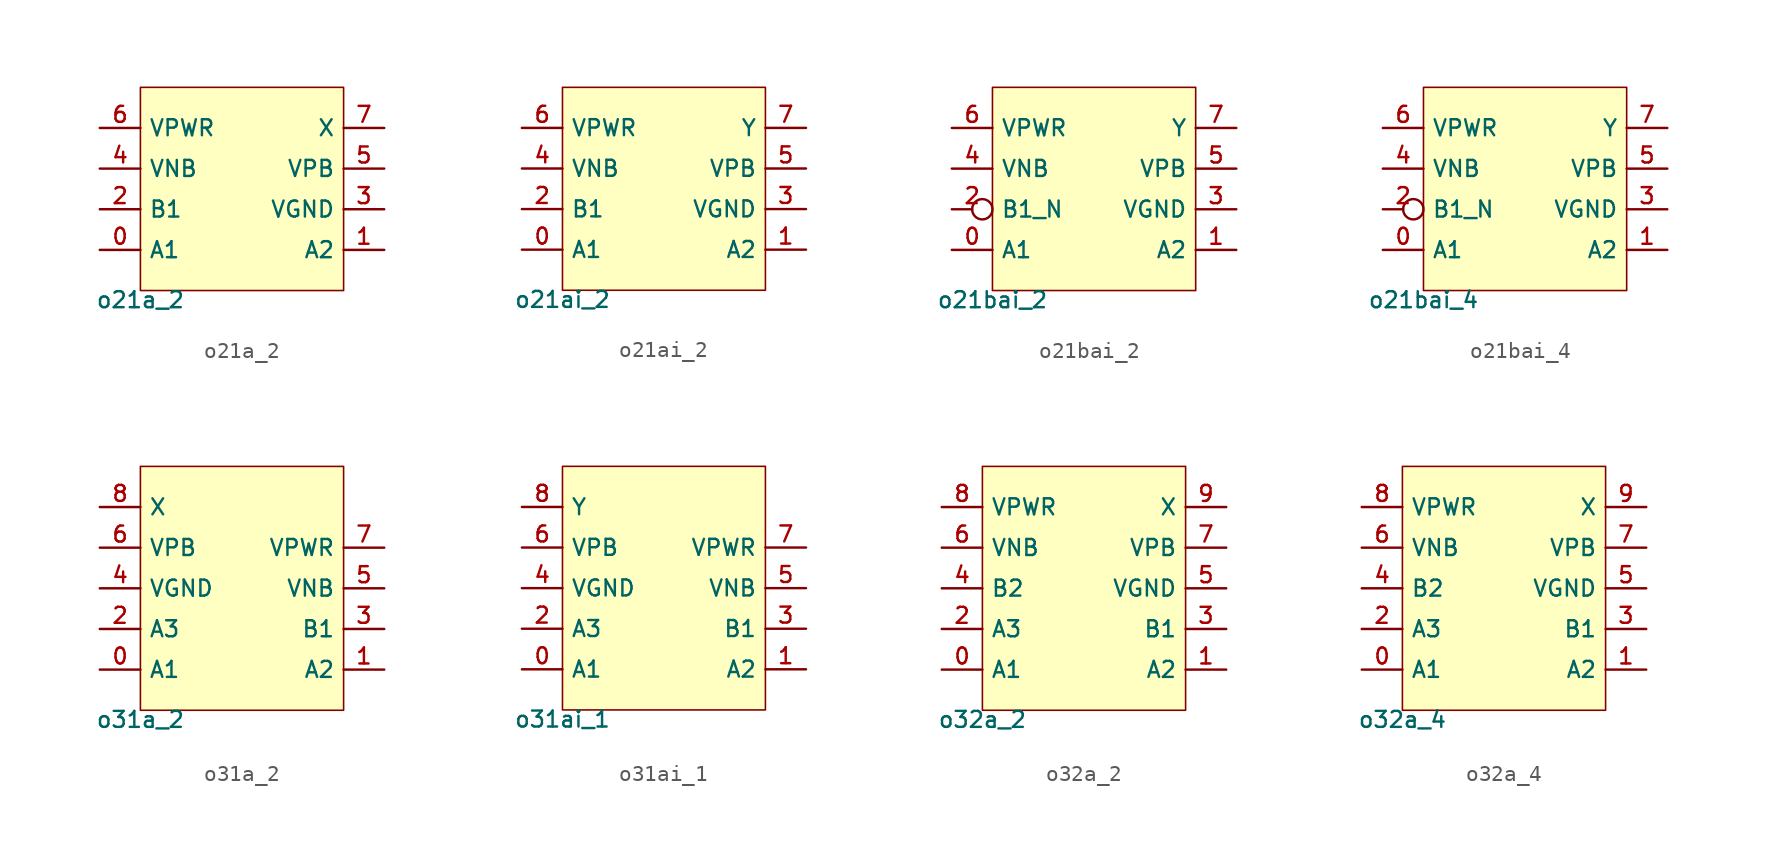
<source format=kicad_sym>
(kicad_symbol_lib
  (version 20211014)
  (generator pdk2kicad)
  (symbol "o21a_2"
    (property "Reference" "X"
      (at 0 0 0)
      (effects (font (size 1 1)) hide))
    (property "Value" "o21a_2"
      (at -6.35 -6.35 0)
      (effects (font (size 1 1)) (justify top)))
    (rectangle
      (start -6.35 -6.35)
      (end 6.35 6.35)
      (stroke (width 0.1) (type solid) (color 0 0 0 0))
      (fill (type background)))
    (pin bidirectional line
      (at -8.89 -3.81 0)
      (length 2.54)
      (name "A1" (effects (font (size 1 1)) hide))
      (number "0" (effects (font (size 1 1)) hide)))
    (pin bidirectional line
      (at 8.89 -3.81 180)
      (length 2.54)
      (name "A2" (effects (font (size 1 1)) hide))
      (number "1" (effects (font (size 1 1)) hide)))
    (pin bidirectional line
      (at -8.89 -1.27 0)
      (length 2.54)
      (name "B1" (effects (font (size 1 1)) hide))
      (number "2" (effects (font (size 1 1)) hide)))
    (pin bidirectional line
      (at 8.89 -1.27 180)
      (length 2.54)
      (name "VGND" (effects (font (size 1 1)) hide))
      (number "3" (effects (font (size 1 1)) hide)))
    (pin bidirectional line
      (at -8.89 1.27 0)
      (length 2.54)
      (name "VNB" (effects (font (size 1 1)) hide))
      (number "4" (effects (font (size 1 1)) hide)))
    (pin bidirectional line
      (at 8.89 1.27 180)
      (length 2.54)
      (name "VPB" (effects (font (size 1 1)) hide))
      (number "5" (effects (font (size 1 1)) hide)))
    (pin bidirectional line
      (at -8.89 3.81 0)
      (length 2.54)
      (name "VPWR" (effects (font (size 1 1)) hide))
      (number "6" (effects (font (size 1 1)) hide)))
    (pin bidirectional line
      (at 8.89 3.81 180)
      (length 2.54)
      (name "X" (effects (font (size 1 1)) hide))
      (number "7" (effects (font (size 1 1)) hide))))
  (symbol "o21ai_2"
    (property "Reference" "X"
      (at 0 0 0)
      (effects (font (size 1 1)) hide))
    (property "Value" "o21ai_2"
      (at -6.35 -6.35 0)
      (effects (font (size 1 1)) (justify top)))
    (rectangle
      (start -6.35 -6.35)
      (end 6.35 6.35)
      (stroke (width 0.1) (type solid) (color 0 0 0 0))
      (fill (type background)))
    (pin bidirectional line
      (at -8.89 -3.81 0)
      (length 2.54)
      (name "A1" (effects (font (size 1 1)) hide))
      (number "0" (effects (font (size 1 1)) hide)))
    (pin bidirectional line
      (at 8.89 -3.81 180)
      (length 2.54)
      (name "A2" (effects (font (size 1 1)) hide))
      (number "1" (effects (font (size 1 1)) hide)))
    (pin bidirectional line
      (at -8.89 -1.27 0)
      (length 2.54)
      (name "B1" (effects (font (size 1 1)) hide))
      (number "2" (effects (font (size 1 1)) hide)))
    (pin bidirectional line
      (at 8.89 -1.27 180)
      (length 2.54)
      (name "VGND" (effects (font (size 1 1)) hide))
      (number "3" (effects (font (size 1 1)) hide)))
    (pin bidirectional line
      (at -8.89 1.27 0)
      (length 2.54)
      (name "VNB" (effects (font (size 1 1)) hide))
      (number "4" (effects (font (size 1 1)) hide)))
    (pin bidirectional line
      (at 8.89 1.27 180)
      (length 2.54)
      (name "VPB" (effects (font (size 1 1)) hide))
      (number "5" (effects (font (size 1 1)) hide)))
    (pin bidirectional line
      (at -8.89 3.81 0)
      (length 2.54)
      (name "VPWR" (effects (font (size 1 1)) hide))
      (number "6" (effects (font (size 1 1)) hide)))
    (pin bidirectional line
      (at 8.89 3.81 180)
      (length 2.54)
      (name "Y" (effects (font (size 1 1)) hide))
      (number "7" (effects (font (size 1 1)) hide))))
  (symbol "o21bai_2"
    (property "Reference" "X"
      (at 0 0 0)
      (effects (font (size 1 1)) hide))
    (property "Value" "o21bai_2"
      (at -6.35 -6.35 0)
      (effects (font (size 1 1)) (justify top)))
    (rectangle
      (start -6.35 -6.35)
      (end 6.35 6.35)
      (stroke (width 0.1) (type solid) (color 0 0 0 0))
      (fill (type background)))
    (pin bidirectional line
      (at -8.89 -3.81 0)
      (length 2.54)
      (name "A1" (effects (font (size 1 1)) hide))
      (number "0" (effects (font (size 1 1)) hide)))
    (pin bidirectional line
      (at 8.89 -3.81 180)
      (length 2.54)
      (name "A2" (effects (font (size 1 1)) hide))
      (number "1" (effects (font (size 1 1)) hide)))
    (pin bidirectional inverted
      (at -8.89 -1.27 0)
      (length 2.54)
      (name "B1_N" (effects (font (size 1 1)) hide))
      (number "2" (effects (font (size 1 1)) hide)))
    (pin bidirectional line
      (at 8.89 -1.27 180)
      (length 2.54)
      (name "VGND" (effects (font (size 1 1)) hide))
      (number "3" (effects (font (size 1 1)) hide)))
    (pin bidirectional line
      (at -8.89 1.27 0)
      (length 2.54)
      (name "VNB" (effects (font (size 1 1)) hide))
      (number "4" (effects (font (size 1 1)) hide)))
    (pin bidirectional line
      (at 8.89 1.27 180)
      (length 2.54)
      (name "VPB" (effects (font (size 1 1)) hide))
      (number "5" (effects (font (size 1 1)) hide)))
    (pin bidirectional line
      (at -8.89 3.81 0)
      (length 2.54)
      (name "VPWR" (effects (font (size 1 1)) hide))
      (number "6" (effects (font (size 1 1)) hide)))
    (pin bidirectional line
      (at 8.89 3.81 180)
      (length 2.54)
      (name "Y" (effects (font (size 1 1)) hide))
      (number "7" (effects (font (size 1 1)) hide))))
  (symbol "o21bai_4"
    (property "Reference" "X"
      (at 0 0 0)
      (effects (font (size 1 1)) hide))
    (property "Value" "o21bai_4"
      (at -6.35 -6.35 0)
      (effects (font (size 1 1)) (justify top)))
    (rectangle
      (start -6.35 -6.35)
      (end 6.35 6.35)
      (stroke (width 0.1) (type solid) (color 0 0 0 0))
      (fill (type background)))
    (pin bidirectional line
      (at -8.89 -3.81 0)
      (length 2.54)
      (name "A1" (effects (font (size 1 1)) hide))
      (number "0" (effects (font (size 1 1)) hide)))
    (pin bidirectional line
      (at 8.89 -3.81 180)
      (length 2.54)
      (name "A2" (effects (font (size 1 1)) hide))
      (number "1" (effects (font (size 1 1)) hide)))
    (pin bidirectional inverted
      (at -8.89 -1.27 0)
      (length 2.54)
      (name "B1_N" (effects (font (size 1 1)) hide))
      (number "2" (effects (font (size 1 1)) hide)))
    (pin bidirectional line
      (at 8.89 -1.27 180)
      (length 2.54)
      (name "VGND" (effects (font (size 1 1)) hide))
      (number "3" (effects (font (size 1 1)) hide)))
    (pin bidirectional line
      (at -8.89 1.27 0)
      (length 2.54)
      (name "VNB" (effects (font (size 1 1)) hide))
      (number "4" (effects (font (size 1 1)) hide)))
    (pin bidirectional line
      (at 8.89 1.27 180)
      (length 2.54)
      (name "VPB" (effects (font (size 1 1)) hide))
      (number "5" (effects (font (size 1 1)) hide)))
    (pin bidirectional line
      (at -8.89 3.81 0)
      (length 2.54)
      (name "VPWR" (effects (font (size 1 1)) hide))
      (number "6" (effects (font (size 1 1)) hide)))
    (pin bidirectional line
      (at 8.89 3.81 180)
      (length 2.54)
      (name "Y" (effects (font (size 1 1)) hide))
      (number "7" (effects (font (size 1 1)) hide))))
  (symbol "o31a_2"
    (property "Reference" "X"
      (at 0 0 0)
      (effects (font (size 1 1)) hide))
    (property "Value" "o31a_2"
      (at -6.35 -7.62 0)
      (effects (font (size 1 1)) (justify top)))
    (rectangle
      (start -6.35 -7.62)
      (end 6.35 7.62)
      (stroke (width 0.1) (type solid) (color 0 0 0 0))
      (fill (type background)))
    (pin bidirectional line
      (at -8.89 -5.08 0)
      (length 2.54)
      (name "A1" (effects (font (size 1 1)) hide))
      (number "0" (effects (font (size 1 1)) hide)))
    (pin bidirectional line
      (at 8.89 -5.08 180)
      (length 2.54)
      (name "A2" (effects (font (size 1 1)) hide))
      (number "1" (effects (font (size 1 1)) hide)))
    (pin bidirectional line
      (at -8.89 -2.54 0)
      (length 2.54)
      (name "A3" (effects (font (size 1 1)) hide))
      (number "2" (effects (font (size 1 1)) hide)))
    (pin bidirectional line
      (at 8.89 -2.54 180)
      (length 2.54)
      (name "B1" (effects (font (size 1 1)) hide))
      (number "3" (effects (font (size 1 1)) hide)))
    (pin bidirectional line
      (at -8.89 8.881784197001252e-16 0)
      (length 2.54)
      (name "VGND" (effects (font (size 1 1)) hide))
      (number "4" (effects (font (size 1 1)) hide)))
    (pin bidirectional line
      (at 8.89 8.881784197001252e-16 180)
      (length 2.54)
      (name "VNB" (effects (font (size 1 1)) hide))
      (number "5" (effects (font (size 1 1)) hide)))
    (pin bidirectional line
      (at -8.89 2.54 0)
      (length 2.54)
      (name "VPB" (effects (font (size 1 1)) hide))
      (number "6" (effects (font (size 1 1)) hide)))
    (pin bidirectional line
      (at 8.89 2.54 180)
      (length 2.54)
      (name "VPWR" (effects (font (size 1 1)) hide))
      (number "7" (effects (font (size 1 1)) hide)))
    (pin bidirectional line
      (at -8.89 5.08 0)
      (length 2.54)
      (name "X" (effects (font (size 1 1)) hide))
      (number "8" (effects (font (size 1 1)) hide))))
  (symbol "o31ai_1"
    (property "Reference" "X"
      (at 0 0 0)
      (effects (font (size 1 1)) hide))
    (property "Value" "o31ai_1"
      (at -6.35 -7.62 0)
      (effects (font (size 1 1)) (justify top)))
    (rectangle
      (start -6.35 -7.62)
      (end 6.35 7.62)
      (stroke (width 0.1) (type solid) (color 0 0 0 0))
      (fill (type background)))
    (pin bidirectional line
      (at -8.89 -5.08 0)
      (length 2.54)
      (name "A1" (effects (font (size 1 1)) hide))
      (number "0" (effects (font (size 1 1)) hide)))
    (pin bidirectional line
      (at 8.89 -5.08 180)
      (length 2.54)
      (name "A2" (effects (font (size 1 1)) hide))
      (number "1" (effects (font (size 1 1)) hide)))
    (pin bidirectional line
      (at -8.89 -2.54 0)
      (length 2.54)
      (name "A3" (effects (font (size 1 1)) hide))
      (number "2" (effects (font (size 1 1)) hide)))
    (pin bidirectional line
      (at 8.89 -2.54 180)
      (length 2.54)
      (name "B1" (effects (font (size 1 1)) hide))
      (number "3" (effects (font (size 1 1)) hide)))
    (pin bidirectional line
      (at -8.89 8.881784197001252e-16 0)
      (length 2.54)
      (name "VGND" (effects (font (size 1 1)) hide))
      (number "4" (effects (font (size 1 1)) hide)))
    (pin bidirectional line
      (at 8.89 8.881784197001252e-16 180)
      (length 2.54)
      (name "VNB" (effects (font (size 1 1)) hide))
      (number "5" (effects (font (size 1 1)) hide)))
    (pin bidirectional line
      (at -8.89 2.54 0)
      (length 2.54)
      (name "VPB" (effects (font (size 1 1)) hide))
      (number "6" (effects (font (size 1 1)) hide)))
    (pin bidirectional line
      (at 8.89 2.54 180)
      (length 2.54)
      (name "VPWR" (effects (font (size 1 1)) hide))
      (number "7" (effects (font (size 1 1)) hide)))
    (pin bidirectional line
      (at -8.89 5.08 0)
      (length 2.54)
      (name "Y" (effects (font (size 1 1)) hide))
      (number "8" (effects (font (size 1 1)) hide))))
  (symbol "o32a_2"
    (property "Reference" "X"
      (at 0 0 0)
      (effects (font (size 1 1)) hide))
    (property "Value" "o32a_2"
      (at -6.35 -7.62 0)
      (effects (font (size 1 1)) (justify top)))
    (rectangle
      (start -6.35 -7.62)
      (end 6.35 7.62)
      (stroke (width 0.1) (type solid) (color 0 0 0 0))
      (fill (type background)))
    (pin bidirectional line
      (at -8.89 -5.08 0)
      (length 2.54)
      (name "A1" (effects (font (size 1 1)) hide))
      (number "0" (effects (font (size 1 1)) hide)))
    (pin bidirectional line
      (at 8.89 -5.08 180)
      (length 2.54)
      (name "A2" (effects (font (size 1 1)) hide))
      (number "1" (effects (font (size 1 1)) hide)))
    (pin bidirectional line
      (at -8.89 -2.54 0)
      (length 2.54)
      (name "A3" (effects (font (size 1 1)) hide))
      (number "2" (effects (font (size 1 1)) hide)))
    (pin bidirectional line
      (at 8.89 -2.54 180)
      (length 2.54)
      (name "B1" (effects (font (size 1 1)) hide))
      (number "3" (effects (font (size 1 1)) hide)))
    (pin bidirectional line
      (at -8.89 8.881784197001252e-16 0)
      (length 2.54)
      (name "B2" (effects (font (size 1 1)) hide))
      (number "4" (effects (font (size 1 1)) hide)))
    (pin bidirectional line
      (at 8.89 8.881784197001252e-16 180)
      (length 2.54)
      (name "VGND" (effects (font (size 1 1)) hide))
      (number "5" (effects (font (size 1 1)) hide)))
    (pin bidirectional line
      (at -8.89 2.54 0)
      (length 2.54)
      (name "VNB" (effects (font (size 1 1)) hide))
      (number "6" (effects (font (size 1 1)) hide)))
    (pin bidirectional line
      (at 8.89 2.54 180)
      (length 2.54)
      (name "VPB" (effects (font (size 1 1)) hide))
      (number "7" (effects (font (size 1 1)) hide)))
    (pin bidirectional line
      (at -8.89 5.08 0)
      (length 2.54)
      (name "VPWR" (effects (font (size 1 1)) hide))
      (number "8" (effects (font (size 1 1)) hide)))
    (pin bidirectional line
      (at 8.89 5.08 180)
      (length 2.54)
      (name "X" (effects (font (size 1 1)) hide))
      (number "9" (effects (font (size 1 1)) hide))))
  (symbol "o32a_4"
    (property "Reference" "X"
      (at 0 0 0)
      (effects (font (size 1 1)) hide))
    (property "Value" "o32a_4"
      (at -6.35 -7.62 0)
      (effects (font (size 1 1)) (justify top)))
    (rectangle
      (start -6.35 -7.62)
      (end 6.35 7.62)
      (stroke (width 0.1) (type solid) (color 0 0 0 0))
      (fill (type background)))
    (pin bidirectional line
      (at -8.89 -5.08 0)
      (length 2.54)
      (name "A1" (effects (font (size 1 1)) hide))
      (number "0" (effects (font (size 1 1)) hide)))
    (pin bidirectional line
      (at 8.89 -5.08 180)
      (length 2.54)
      (name "A2" (effects (font (size 1 1)) hide))
      (number "1" (effects (font (size 1 1)) hide)))
    (pin bidirectional line
      (at -8.89 -2.54 0)
      (length 2.54)
      (name "A3" (effects (font (size 1 1)) hide))
      (number "2" (effects (font (size 1 1)) hide)))
    (pin bidirectional line
      (at 8.89 -2.54 180)
      (length 2.54)
      (name "B1" (effects (font (size 1 1)) hide))
      (number "3" (effects (font (size 1 1)) hide)))
    (pin bidirectional line
      (at -8.89 8.881784197001252e-16 0)
      (length 2.54)
      (name "B2" (effects (font (size 1 1)) hide))
      (number "4" (effects (font (size 1 1)) hide)))
    (pin bidirectional line
      (at 8.89 8.881784197001252e-16 180)
      (length 2.54)
      (name "VGND" (effects (font (size 1 1)) hide))
      (number "5" (effects (font (size 1 1)) hide)))
    (pin bidirectional line
      (at -8.89 2.54 0)
      (length 2.54)
      (name "VNB" (effects (font (size 1 1)) hide))
      (number "6" (effects (font (size 1 1)) hide)))
    (pin bidirectional line
      (at 8.89 2.54 180)
      (length 2.54)
      (name "VPB" (effects (font (size 1 1)) hide))
      (number "7" (effects (font (size 1 1)) hide)))
    (pin bidirectional line
      (at -8.89 5.08 0)
      (length 2.54)
      (name "VPWR" (effects (font (size 1 1)) hide))
      (number "8" (effects (font (size 1 1)) hide)))
    (pin bidirectional line
      (at 8.89 5.08 180)
      (length 2.54)
      (name "X" (effects (font (size 1 1)) hide))
      (number "9" (effects (font (size 1 1)) hide)))))
</source>
